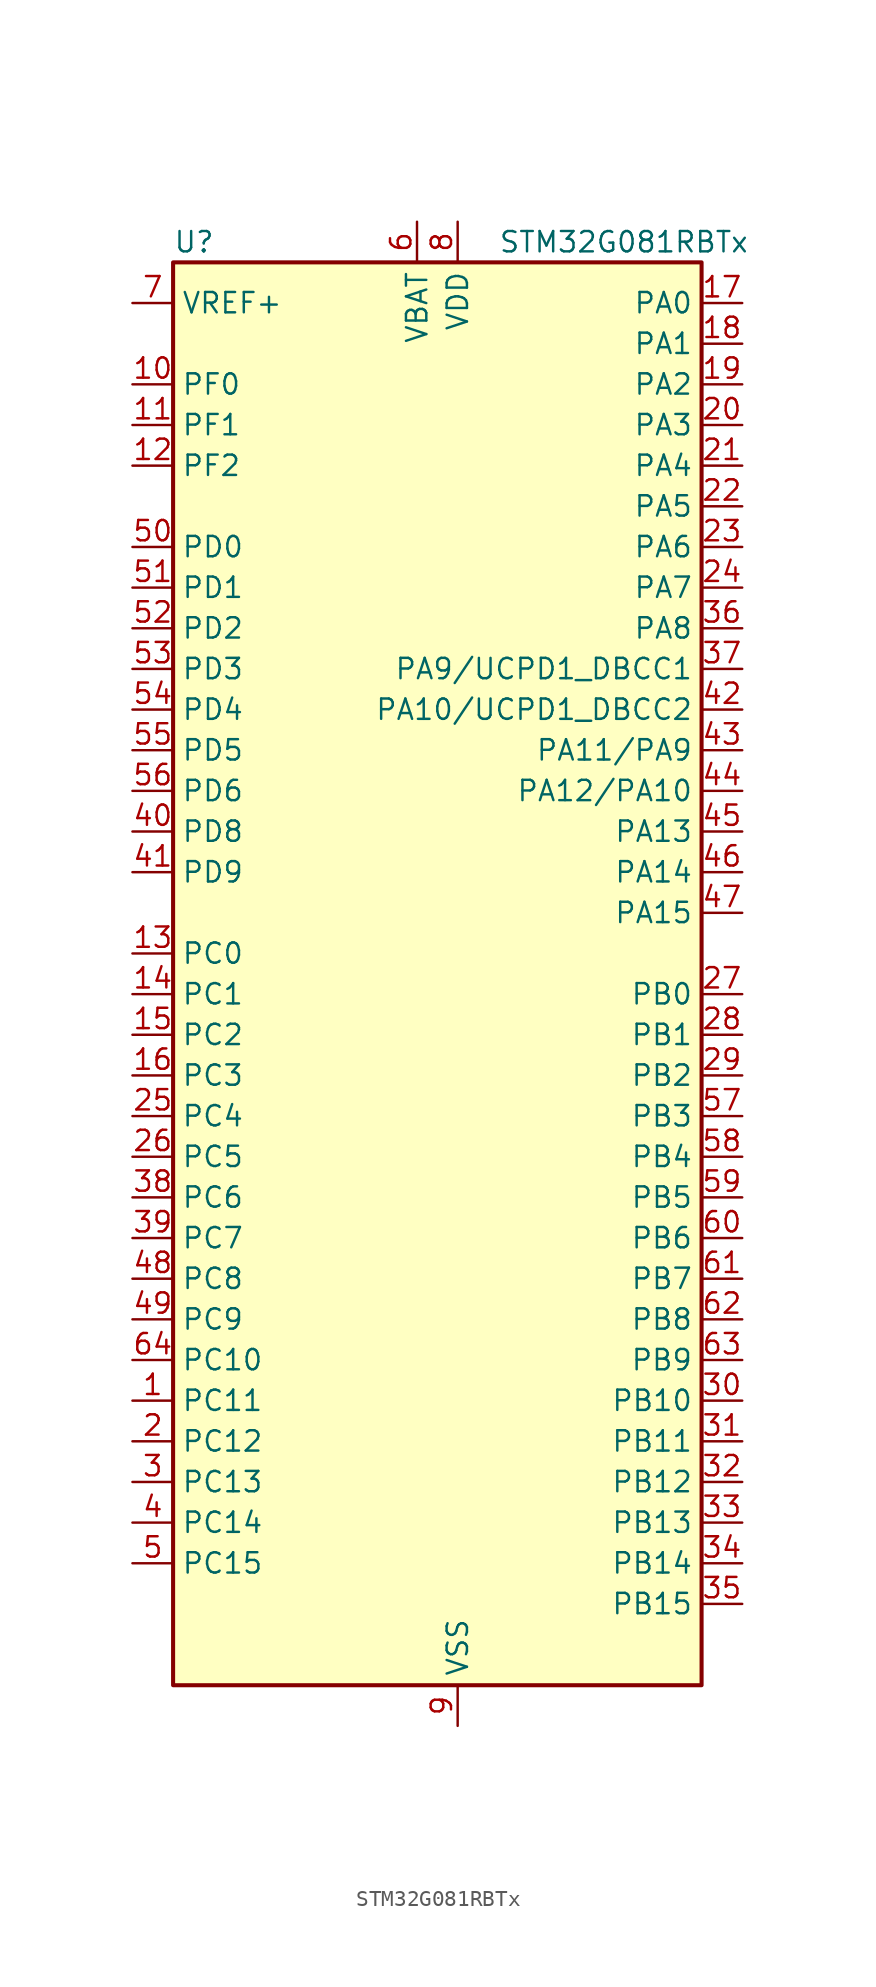
<source format=kicad_sym>
(kicad_symbol_lib
  (version 20211014)
  (generator kicad-library-utils)
  (symbol "STM32G081RBTx"
    (property "Reference" "U"
      (at -15.24 46.99 0)
      (effects (font (size 1.27 1.27)) (justify left)))
    (property "Value" "STM32G081RBTx"
      (at 5.08 46.99 0)
      (effects (font (size 1.27 1.27)) (justify left)))
    (property "ki_fp_filters" "LQFP*10x10mm*P0.5mm*"
      (at 0.0 0.0 0.0)
      (effects (font (size 1.27 1.27))))
    (symbol "STM32G081RBTx_0_1"
      (rectangle (start -15.24 -43.18) (end 17.78 45.72) (stroke (width 0.254)) (fill (type background))))
    (symbol "STM32G081RBTx_1_1"
      (pin input line (at -17.78 43.18 0) (length 2.54) (name "VREF+" (effects (font (size 1.27 1.27)))) (number "7" (effects (font (size 1.27 1.27)))) (alternate "VREFBUF_OUT" bidirectional line))
      (pin bidirectional line (at -17.78 38.1 0) (length 2.54) (name "PF0" (effects (font (size 1.27 1.27)))) (number "10" (effects (font (size 1.27 1.27)))) (alternate "RCC_OSC_IN" bidirectional line) (alternate "TIM14_CH1" bidirectional line))
      (pin bidirectional line (at -17.78 35.56 0) (length 2.54) (name "PF1" (effects (font (size 1.27 1.27)))) (number "11" (effects (font (size 1.27 1.27)))) (alternate "RCC_OSC_EN" bidirectional line) (alternate "RCC_OSC_OUT" bidirectional line) (alternate "TIM15_CH1N" bidirectional line))
      (pin bidirectional line (at -17.78 33.02 0) (length 2.54) (name "PF2" (effects (font (size 1.27 1.27)))) (number "12" (effects (font (size 1.27 1.27)))) (alternate "RCC_MCO" bidirectional line))
      (pin bidirectional line (at -17.78 27.94 0) (length 2.54) (name "PD0" (effects (font (size 1.27 1.27)))) (number "50" (effects (font (size 1.27 1.27)))) (alternate "SPI2_NSS" bidirectional line) (alternate "TIM16_CH1" bidirectional line) (alternate "UCPD2_CC1" bidirectional line))
      (pin bidirectional line (at -17.78 25.4 0) (length 2.54) (name "PD1" (effects (font (size 1.27 1.27)))) (number "51" (effects (font (size 1.27 1.27)))) (alternate "SPI2_SCK" bidirectional line) (alternate "TIM17_CH1" bidirectional line) (alternate "UCPD2_DBCC1" bidirectional line))
      (pin bidirectional line (at -17.78 22.86 0) (length 2.54) (name "PD2" (effects (font (size 1.27 1.27)))) (number "52" (effects (font (size 1.27 1.27)))) (alternate "TIM1_CH1N" bidirectional line) (alternate "TIM3_ETR" bidirectional line) (alternate "UCPD2_CC2" bidirectional line) (alternate "USART3_CK" bidirectional line) (alternate "USART3_DE" bidirectional line) (alternate "USART3_RTS" bidirectional line))
      (pin bidirectional line (at -17.78 20.32 0) (length 2.54) (name "PD3" (effects (font (size 1.27 1.27)))) (number "53" (effects (font (size 1.27 1.27)))) (alternate "SPI2_MISO" bidirectional line) (alternate "TIM1_CH2N" bidirectional line) (alternate "UCPD2_DBCC2" bidirectional line) (alternate "USART2_CTS" bidirectional line) (alternate "USART2_NSS" bidirectional line))
      (pin bidirectional line (at -17.78 17.78 0) (length 2.54) (name "PD4" (effects (font (size 1.27 1.27)))) (number "54" (effects (font (size 1.27 1.27)))) (alternate "SPI2_MOSI" bidirectional line) (alternate "TIM1_CH3N" bidirectional line) (alternate "USART2_CK" bidirectional line) (alternate "USART2_DE" bidirectional line) (alternate "USART2_RTS" bidirectional line))
      (pin bidirectional line (at -17.78 15.24 0) (length 2.54) (name "PD5" (effects (font (size 1.27 1.27)))) (number "55" (effects (font (size 1.27 1.27)))) (alternate "I2S1_MCK" bidirectional line) (alternate "SPI1_MISO" bidirectional line) (alternate "TIM1_BK" bidirectional line) (alternate "USART2_TX" bidirectional line))
      (pin bidirectional line (at -17.78 12.7 0) (length 2.54) (name "PD6" (effects (font (size 1.27 1.27)))) (number "56" (effects (font (size 1.27 1.27)))) (alternate "I2S1_SD" bidirectional line) (alternate "LPTIM2_OUT" bidirectional line) (alternate "SPI1_MOSI" bidirectional line) (alternate "USART2_RX" bidirectional line))
      (pin bidirectional line (at -17.78 10.16 0) (length 2.54) (name "PD8" (effects (font (size 1.27 1.27)))) (number "40" (effects (font (size 1.27 1.27)))) (alternate "I2S1_CK" bidirectional line) (alternate "LPTIM1_OUT" bidirectional line) (alternate "SPI1_SCK" bidirectional line) (alternate "USART3_TX" bidirectional line))
      (pin bidirectional line (at -17.78 7.62 0) (length 2.54) (name "PD9" (effects (font (size 1.27 1.27)))) (number "41" (effects (font (size 1.27 1.27)))) (alternate "DAC1_EXTI9" bidirectional line) (alternate "I2S1_WS" bidirectional line) (alternate "SPI1_NSS" bidirectional line) (alternate "TIM1_BK2" bidirectional line) (alternate "USART3_RX" bidirectional line))
      (pin bidirectional line (at -17.78 2.54 0) (length 2.54) (name "PC0" (effects (font (size 1.27 1.27)))) (number "13" (effects (font (size 1.27 1.27)))) (alternate "LPTIM1_IN1" bidirectional line) (alternate "LPTIM2_IN1" bidirectional line) (alternate "LPUART1_RX" bidirectional line))
      (pin bidirectional line (at -17.78 0.0 0) (length 2.54) (name "PC1" (effects (font (size 1.27 1.27)))) (number "14" (effects (font (size 1.27 1.27)))) (alternate "LPTIM1_OUT" bidirectional line) (alternate "LPUART1_TX" bidirectional line) (alternate "TIM15_CH1" bidirectional line))
      (pin bidirectional line (at -17.78 -2.54 0) (length 2.54) (name "PC2" (effects (font (size 1.27 1.27)))) (number "15" (effects (font (size 1.27 1.27)))) (alternate "LPTIM1_IN2" bidirectional line) (alternate "SPI2_MISO" bidirectional line) (alternate "TIM15_CH2" bidirectional line))
      (pin bidirectional line (at -17.78 -5.08 0) (length 2.54) (name "PC3" (effects (font (size 1.27 1.27)))) (number "16" (effects (font (size 1.27 1.27)))) (alternate "LPTIM1_ETR" bidirectional line) (alternate "LPTIM2_ETR" bidirectional line) (alternate "SPI2_MOSI" bidirectional line))
      (pin bidirectional line (at -17.78 -7.62 0) (length 2.54) (name "PC4" (effects (font (size 1.27 1.27)))) (number "25" (effects (font (size 1.27 1.27)))) (alternate "ADC1_IN17" bidirectional line) (alternate "COMP1_INM" bidirectional line) (alternate "TIM2_CH1" bidirectional line) (alternate "TIM2_ETR" bidirectional line) (alternate "USART1_TX" bidirectional line) (alternate "USART3_TX" bidirectional line))
      (pin bidirectional line (at -17.78 -10.16 0) (length 2.54) (name "PC5" (effects (font (size 1.27 1.27)))) (number "26" (effects (font (size 1.27 1.27)))) (alternate "ADC1_IN18" bidirectional line) (alternate "COMP1_INP" bidirectional line) (alternate "SYS_WKUP5" bidirectional line) (alternate "TIM2_CH2" bidirectional line) (alternate "USART1_RX" bidirectional line) (alternate "USART3_RX" bidirectional line))
      (pin bidirectional line (at -17.78 -12.7 0) (length 2.54) (name "PC6" (effects (font (size 1.27 1.27)))) (number "38" (effects (font (size 1.27 1.27)))) (alternate "TIM2_CH3" bidirectional line) (alternate "TIM3_CH1" bidirectional line) (alternate "UCPD1_FRSTX1" bidirectional line) (alternate "UCPD1_FRSTX2" bidirectional line))
      (pin bidirectional line (at -17.78 -15.24 0) (length 2.54) (name "PC7" (effects (font (size 1.27 1.27)))) (number "39" (effects (font (size 1.27 1.27)))) (alternate "TIM2_CH4" bidirectional line) (alternate "TIM3_CH2" bidirectional line) (alternate "UCPD2_FRSTX1" bidirectional line) (alternate "UCPD2_FRSTX2" bidirectional line))
      (pin bidirectional line (at -17.78 -17.78 0) (length 2.54) (name "PC8" (effects (font (size 1.27 1.27)))) (number "48" (effects (font (size 1.27 1.27)))) (alternate "TIM1_CH1" bidirectional line) (alternate "TIM3_CH3" bidirectional line) (alternate "UCPD2_FRSTX1" bidirectional line) (alternate "UCPD2_FRSTX2" bidirectional line))
      (pin bidirectional line (at -17.78 -20.32 0) (length 2.54) (name "PC9" (effects (font (size 1.27 1.27)))) (number "49" (effects (font (size 1.27 1.27)))) (alternate "DAC1_EXTI9" bidirectional line) (alternate "I2S_CKIN" bidirectional line) (alternate "TIM1_CH2" bidirectional line) (alternate "TIM3_CH4" bidirectional line))
      (pin bidirectional line (at -17.78 -22.86 0) (length 2.54) (name "PC10" (effects (font (size 1.27 1.27)))) (number "64" (effects (font (size 1.27 1.27)))) (alternate "TIM1_CH3" bidirectional line) (alternate "USART3_TX" bidirectional line) (alternate "USART4_TX" bidirectional line))
      (pin bidirectional line (at -17.78 -25.4 0) (length 2.54) (name "PC11" (effects (font (size 1.27 1.27)))) (number "1" (effects (font (size 1.27 1.27)))) (alternate "ADC1_EXTI11" bidirectional line) (alternate "TIM1_CH4" bidirectional line) (alternate "USART3_RX" bidirectional line) (alternate "USART4_RX" bidirectional line))
      (pin bidirectional line (at -17.78 -27.94 0) (length 2.54) (name "PC12" (effects (font (size 1.27 1.27)))) (number "2" (effects (font (size 1.27 1.27)))) (alternate "LPTIM1_IN1" bidirectional line) (alternate "TIM14_CH1" bidirectional line) (alternate "UCPD1_FRSTX1" bidirectional line) (alternate "UCPD1_FRSTX2" bidirectional line))
      (pin bidirectional line (at -17.78 -30.48 0) (length 2.54) (name "PC13" (effects (font (size 1.27 1.27)))) (number "3" (effects (font (size 1.27 1.27)))) (alternate "RTC_OUT_ALARM" bidirectional line) (alternate "RTC_OUT_CALIB" bidirectional line) (alternate "RTC_TAMP_IN1" bidirectional line) (alternate "RTC_TS" bidirectional line) (alternate "SYS_WKUP2" bidirectional line) (alternate "TIM1_BK" bidirectional line))
      (pin bidirectional line (at -17.78 -33.02 0) (length 2.54) (name "PC14" (effects (font (size 1.27 1.27)))) (number "4" (effects (font (size 1.27 1.27)))) (alternate "RCC_OSC32_IN" bidirectional line) (alternate "TIM1_BK2" bidirectional line))
      (pin bidirectional line (at -17.78 -35.56 0) (length 2.54) (name "PC15" (effects (font (size 1.27 1.27)))) (number "5" (effects (font (size 1.27 1.27)))) (alternate "RCC_OSC32_EN" bidirectional line) (alternate "RCC_OSC32_OUT" bidirectional line) (alternate "RCC_OSC_EN" bidirectional line) (alternate "TIM15_BK" bidirectional line))
      (pin bidirectional line (at 20.32 43.18 180) (length 2.54) (name "PA0" (effects (font (size 1.27 1.27)))) (number "17" (effects (font (size 1.27 1.27)))) (alternate "ADC1_IN0" bidirectional line) (alternate "COMP1_INM" bidirectional line) (alternate "COMP1_OUT" bidirectional line) (alternate "LPTIM1_OUT" bidirectional line) (alternate "RTC_TAMP_IN2" bidirectional line) (alternate "SPI2_SCK" bidirectional line) (alternate "SYS_WKUP1" bidirectional line) (alternate "TIM2_CH1" bidirectional line) (alternate "TIM2_ETR" bidirectional line) (alternate "UCPD2_FRSTX1" bidirectional line) (alternate "UCPD2_FRSTX2" bidirectional line) (alternate "USART2_CTS" bidirectional line) (alternate "USART2_NSS" bidirectional line) (alternate "USART4_TX" bidirectional line))
      (pin bidirectional line (at 20.32 40.64 180) (length 2.54) (name "PA1" (effects (font (size 1.27 1.27)))) (number "18" (effects (font (size 1.27 1.27)))) (alternate "ADC1_IN1" bidirectional line) (alternate "COMP1_INP" bidirectional line) (alternate "I2C1_SMBA" bidirectional line) (alternate "I2S1_CK" bidirectional line) (alternate "SPI1_SCK" bidirectional line) (alternate "TIM15_CH1N" bidirectional line) (alternate "TIM2_CH2" bidirectional line) (alternate "USART2_CK" bidirectional line) (alternate "USART2_DE" bidirectional line) (alternate "USART2_RTS" bidirectional line) (alternate "USART4_RX" bidirectional line))
      (pin bidirectional line (at 20.32 38.1 180) (length 2.54) (name "PA2" (effects (font (size 1.27 1.27)))) (number "19" (effects (font (size 1.27 1.27)))) (alternate "ADC1_IN2" bidirectional line) (alternate "COMP2_INM" bidirectional line) (alternate "COMP2_OUT" bidirectional line) (alternate "I2S1_SD" bidirectional line) (alternate "LPUART1_TX" bidirectional line) (alternate "RCC_LSCO" bidirectional line) (alternate "SPI1_MOSI" bidirectional line) (alternate "SYS_WKUP4" bidirectional line) (alternate "TIM15_CH1" bidirectional line) (alternate "TIM2_CH3" bidirectional line) (alternate "UCPD1_FRSTX1" bidirectional line) (alternate "UCPD1_FRSTX2" bidirectional line) (alternate "USART2_TX" bidirectional line))
      (pin bidirectional line (at 20.32 35.56 180) (length 2.54) (name "PA3" (effects (font (size 1.27 1.27)))) (number "20" (effects (font (size 1.27 1.27)))) (alternate "ADC1_IN3" bidirectional line) (alternate "COMP2_INP" bidirectional line) (alternate "LPUART1_RX" bidirectional line) (alternate "SPI2_MISO" bidirectional line) (alternate "TIM15_CH2" bidirectional line) (alternate "TIM2_CH4" bidirectional line) (alternate "UCPD2_FRSTX1" bidirectional line) (alternate "UCPD2_FRSTX2" bidirectional line) (alternate "USART2_RX" bidirectional line))
      (pin bidirectional line (at 20.32 33.02 180) (length 2.54) (name "PA4" (effects (font (size 1.27 1.27)))) (number "21" (effects (font (size 1.27 1.27)))) (alternate "ADC1_IN4" bidirectional line) (alternate "DAC1_OUT1" bidirectional line) (alternate "I2S1_WS" bidirectional line) (alternate "LPTIM2_OUT" bidirectional line) (alternate "RTC_OUT_ALARM" bidirectional line) (alternate "RTC_OUT_CALIB" bidirectional line) (alternate "SPI1_NSS" bidirectional line) (alternate "SPI2_MOSI" bidirectional line) (alternate "TIM14_CH1" bidirectional line) (alternate "UCPD2_FRSTX1" bidirectional line) (alternate "UCPD2_FRSTX2" bidirectional line))
      (pin bidirectional line (at 20.32 30.48 180) (length 2.54) (name "PA5" (effects (font (size 1.27 1.27)))) (number "22" (effects (font (size 1.27 1.27)))) (alternate "ADC1_IN5" bidirectional line) (alternate "CEC" bidirectional line) (alternate "DAC1_OUT2" bidirectional line) (alternate "I2S1_CK" bidirectional line) (alternate "LPTIM2_ETR" bidirectional line) (alternate "SPI1_SCK" bidirectional line) (alternate "TIM2_CH1" bidirectional line) (alternate "TIM2_ETR" bidirectional line) (alternate "UCPD1_FRSTX1" bidirectional line) (alternate "UCPD1_FRSTX2" bidirectional line) (alternate "USART3_TX" bidirectional line))
      (pin bidirectional line (at 20.32 27.94 180) (length 2.54) (name "PA6" (effects (font (size 1.27 1.27)))) (number "23" (effects (font (size 1.27 1.27)))) (alternate "ADC1_IN6" bidirectional line) (alternate "COMP1_OUT" bidirectional line) (alternate "I2S1_MCK" bidirectional line) (alternate "LPUART1_CTS" bidirectional line) (alternate "SPI1_MISO" bidirectional line) (alternate "TIM16_CH1" bidirectional line) (alternate "TIM1_BK" bidirectional line) (alternate "TIM3_CH1" bidirectional line) (alternate "USART3_CTS" bidirectional line) (alternate "USART3_NSS" bidirectional line))
      (pin bidirectional line (at 20.32 25.4 180) (length 2.54) (name "PA7" (effects (font (size 1.27 1.27)))) (number "24" (effects (font (size 1.27 1.27)))) (alternate "ADC1_IN7" bidirectional line) (alternate "COMP2_OUT" bidirectional line) (alternate "I2S1_SD" bidirectional line) (alternate "SPI1_MOSI" bidirectional line) (alternate "TIM14_CH1" bidirectional line) (alternate "TIM17_CH1" bidirectional line) (alternate "TIM1_CH1N" bidirectional line) (alternate "TIM3_CH2" bidirectional line) (alternate "UCPD1_FRSTX1" bidirectional line) (alternate "UCPD1_FRSTX2" bidirectional line))
      (pin bidirectional line (at 20.32 22.86 180) (length 2.54) (name "PA8" (effects (font (size 1.27 1.27)))) (number "36" (effects (font (size 1.27 1.27)))) (alternate "LPTIM2_OUT" bidirectional line) (alternate "RCC_MCO" bidirectional line) (alternate "SPI2_NSS" bidirectional line) (alternate "TIM1_CH1" bidirectional line) (alternate "UCPD1_CC1" bidirectional line))
      (pin bidirectional line (at 20.32 20.32 180) (length 2.54) (name "PA9/UCPD1_DBCC1" (effects (font (size 1.27 1.27)))) (number "37" (effects (font (size 1.27 1.27)))) (alternate "DAC1_EXTI9" bidirectional line) (alternate "I2C1_SCL" bidirectional line) (alternate "RCC_MCO" bidirectional line) (alternate "SPI2_MISO" bidirectional line) (alternate "TIM15_BK" bidirectional line) (alternate "TIM1_CH2" bidirectional line) (alternate "UCPD1_DBCC1" bidirectional line) (alternate "USART1_TX" bidirectional line))
      (pin bidirectional line (at 20.32 17.78 180) (length 2.54) (name "PA10/UCPD1_DBCC2" (effects (font (size 1.27 1.27)))) (number "42" (effects (font (size 1.27 1.27)))) (alternate "I2C1_SDA" bidirectional line) (alternate "SPI2_MOSI" bidirectional line) (alternate "TIM17_BK" bidirectional line) (alternate "TIM1_CH3" bidirectional line) (alternate "UCPD1_DBCC2" bidirectional line) (alternate "USART1_RX" bidirectional line))
      (pin bidirectional line (at 20.32 15.24 180) (length 2.54) (name "PA11/PA9" (effects (font (size 1.27 1.27)))) (number "43" (effects (font (size 1.27 1.27)))) (alternate "ADC1_EXTI11" bidirectional line) (alternate "COMP1_OUT" bidirectional line) (alternate "I2C2_SCL" bidirectional line) (alternate "I2S1_MCK" bidirectional line) (alternate "SPI1_MISO" bidirectional line) (alternate "TIM1_BK2" bidirectional line) (alternate "TIM1_CH4" bidirectional line) (alternate "USART1_CTS" bidirectional line) (alternate "USART1_NSS" bidirectional line))
      (pin bidirectional line (at 20.32 12.7 180) (length 2.54) (name "PA12/PA10" (effects (font (size 1.27 1.27)))) (number "44" (effects (font (size 1.27 1.27)))) (alternate "COMP2_OUT" bidirectional line) (alternate "I2C2_SDA" bidirectional line) (alternate "I2S1_SD" bidirectional line) (alternate "I2S_CKIN" bidirectional line) (alternate "SPI1_MOSI" bidirectional line) (alternate "TIM1_ETR" bidirectional line) (alternate "USART1_CK" bidirectional line) (alternate "USART1_DE" bidirectional line) (alternate "USART1_RTS" bidirectional line))
      (pin bidirectional line (at 20.32 10.16 180) (length 2.54) (name "PA13" (effects (font (size 1.27 1.27)))) (number "45" (effects (font (size 1.27 1.27)))) (alternate "IR_OUT" bidirectional line) (alternate "SYS_SWDIO" bidirectional line))
      (pin bidirectional line (at 20.32 7.62 180) (length 2.54) (name "PA14" (effects (font (size 1.27 1.27)))) (number "46" (effects (font (size 1.27 1.27)))) (alternate "SYS_SWCLK" bidirectional line) (alternate "USART2_TX" bidirectional line))
      (pin bidirectional line (at 20.32 5.08 180) (length 2.54) (name "PA15" (effects (font (size 1.27 1.27)))) (number "47" (effects (font (size 1.27 1.27)))) (alternate "I2S1_WS" bidirectional line) (alternate "SPI1_NSS" bidirectional line) (alternate "TIM2_CH1" bidirectional line) (alternate "TIM2_ETR" bidirectional line) (alternate "USART2_RX" bidirectional line) (alternate "USART3_CK" bidirectional line) (alternate "USART3_DE" bidirectional line) (alternate "USART3_RTS" bidirectional line) (alternate "USART4_CK" bidirectional line) (alternate "USART4_DE" bidirectional line) (alternate "USART4_RTS" bidirectional line))
      (pin bidirectional line (at 20.32 0.0 180) (length 2.54) (name "PB0" (effects (font (size 1.27 1.27)))) (number "27" (effects (font (size 1.27 1.27)))) (alternate "ADC1_IN8" bidirectional line) (alternate "COMP1_OUT" bidirectional line) (alternate "I2S1_WS" bidirectional line) (alternate "LPTIM1_OUT" bidirectional line) (alternate "SPI1_NSS" bidirectional line) (alternate "TIM1_CH2N" bidirectional line) (alternate "TIM3_CH3" bidirectional line) (alternate "UCPD1_FRSTX1" bidirectional line) (alternate "UCPD1_FRSTX2" bidirectional line) (alternate "USART3_RX" bidirectional line))
      (pin bidirectional line (at 20.32 -2.54 180) (length 2.54) (name "PB1" (effects (font (size 1.27 1.27)))) (number "28" (effects (font (size 1.27 1.27)))) (alternate "ADC1_IN9" bidirectional line) (alternate "COMP1_INM" bidirectional line) (alternate "LPTIM2_IN1" bidirectional line) (alternate "LPUART1_DE" bidirectional line) (alternate "LPUART1_RTS" bidirectional line) (alternate "TIM14_CH1" bidirectional line) (alternate "TIM1_CH3N" bidirectional line) (alternate "TIM3_CH4" bidirectional line) (alternate "USART3_CK" bidirectional line) (alternate "USART3_DE" bidirectional line) (alternate "USART3_RTS" bidirectional line))
      (pin bidirectional line (at 20.32 -5.08 180) (length 2.54) (name "PB2" (effects (font (size 1.27 1.27)))) (number "29" (effects (font (size 1.27 1.27)))) (alternate "ADC1_IN10" bidirectional line) (alternate "COMP1_INP" bidirectional line) (alternate "LPTIM1_OUT" bidirectional line) (alternate "SPI2_MISO" bidirectional line) (alternate "USART3_TX" bidirectional line))
      (pin bidirectional line (at 20.32 -7.62 180) (length 2.54) (name "PB3" (effects (font (size 1.27 1.27)))) (number "57" (effects (font (size 1.27 1.27)))) (alternate "COMP2_INM" bidirectional line) (alternate "I2S1_CK" bidirectional line) (alternate "SPI1_SCK" bidirectional line) (alternate "TIM1_CH2" bidirectional line) (alternate "TIM2_CH2" bidirectional line) (alternate "USART1_CK" bidirectional line) (alternate "USART1_DE" bidirectional line) (alternate "USART1_RTS" bidirectional line))
      (pin bidirectional line (at 20.32 -10.16 180) (length 2.54) (name "PB4" (effects (font (size 1.27 1.27)))) (number "58" (effects (font (size 1.27 1.27)))) (alternate "COMP2_INP" bidirectional line) (alternate "I2S1_MCK" bidirectional line) (alternate "SPI1_MISO" bidirectional line) (alternate "TIM17_BK" bidirectional line) (alternate "TIM3_CH1" bidirectional line) (alternate "USART1_CTS" bidirectional line) (alternate "USART1_NSS" bidirectional line))
      (pin bidirectional line (at 20.32 -12.7 180) (length 2.54) (name "PB5" (effects (font (size 1.27 1.27)))) (number "59" (effects (font (size 1.27 1.27)))) (alternate "COMP2_OUT" bidirectional line) (alternate "I2C1_SMBA" bidirectional line) (alternate "I2S1_SD" bidirectional line) (alternate "LPTIM1_IN1" bidirectional line) (alternate "SPI1_MOSI" bidirectional line) (alternate "SYS_WKUP6" bidirectional line) (alternate "TIM16_BK" bidirectional line) (alternate "TIM3_CH2" bidirectional line))
      (pin bidirectional line (at 20.32 -15.24 180) (length 2.54) (name "PB6" (effects (font (size 1.27 1.27)))) (number "60" (effects (font (size 1.27 1.27)))) (alternate "COMP2_INP" bidirectional line) (alternate "I2C1_SCL" bidirectional line) (alternate "LPTIM1_ETR" bidirectional line) (alternate "SPI2_MISO" bidirectional line) (alternate "TIM16_CH1N" bidirectional line) (alternate "TIM1_CH3" bidirectional line) (alternate "USART1_TX" bidirectional line))
      (pin bidirectional line (at 20.32 -17.78 180) (length 2.54) (name "PB7" (effects (font (size 1.27 1.27)))) (number "61" (effects (font (size 1.27 1.27)))) (alternate "COMP2_INM" bidirectional line) (alternate "I2C1_SDA" bidirectional line) (alternate "LPTIM1_IN2" bidirectional line) (alternate "SPI2_MOSI" bidirectional line) (alternate "SYS_PVD_IN" bidirectional line) (alternate "TIM17_CH1N" bidirectional line) (alternate "USART1_RX" bidirectional line) (alternate "USART4_CTS" bidirectional line) (alternate "USART4_NSS" bidirectional line))
      (pin bidirectional line (at 20.32 -20.32 180) (length 2.54) (name "PB8" (effects (font (size 1.27 1.27)))) (number "62" (effects (font (size 1.27 1.27)))) (alternate "CEC" bidirectional line) (alternate "I2C1_SCL" bidirectional line) (alternate "SPI2_SCK" bidirectional line) (alternate "TIM15_BK" bidirectional line) (alternate "TIM16_CH1" bidirectional line) (alternate "USART3_TX" bidirectional line))
      (pin bidirectional line (at 20.32 -22.86 180) (length 2.54) (name "PB9" (effects (font (size 1.27 1.27)))) (number "63" (effects (font (size 1.27 1.27)))) (alternate "DAC1_EXTI9" bidirectional line) (alternate "I2C1_SDA" bidirectional line) (alternate "IR_OUT" bidirectional line) (alternate "SPI2_NSS" bidirectional line) (alternate "TIM17_CH1" bidirectional line) (alternate "UCPD2_FRSTX1" bidirectional line) (alternate "UCPD2_FRSTX2" bidirectional line) (alternate "USART3_RX" bidirectional line))
      (pin bidirectional line (at 20.32 -25.4 180) (length 2.54) (name "PB10" (effects (font (size 1.27 1.27)))) (number "30" (effects (font (size 1.27 1.27)))) (alternate "ADC1_IN11" bidirectional line) (alternate "CEC" bidirectional line) (alternate "COMP1_OUT" bidirectional line) (alternate "I2C2_SCL" bidirectional line) (alternate "LPUART1_RX" bidirectional line) (alternate "SPI2_SCK" bidirectional line) (alternate "TIM2_CH3" bidirectional line) (alternate "USART3_TX" bidirectional line))
      (pin bidirectional line (at 20.32 -27.94 180) (length 2.54) (name "PB11" (effects (font (size 1.27 1.27)))) (number "31" (effects (font (size 1.27 1.27)))) (alternate "ADC1_EXTI11" bidirectional line) (alternate "ADC1_IN15" bidirectional line) (alternate "COMP2_OUT" bidirectional line) (alternate "I2C2_SDA" bidirectional line) (alternate "LPUART1_TX" bidirectional line) (alternate "SPI2_MOSI" bidirectional line) (alternate "TIM2_CH4" bidirectional line) (alternate "USART3_RX" bidirectional line))
      (pin bidirectional line (at 20.32 -30.48 180) (length 2.54) (name "PB12" (effects (font (size 1.27 1.27)))) (number "32" (effects (font (size 1.27 1.27)))) (alternate "ADC1_IN16" bidirectional line) (alternate "LPUART1_DE" bidirectional line) (alternate "LPUART1_RTS" bidirectional line) (alternate "SPI2_NSS" bidirectional line) (alternate "TIM15_BK" bidirectional line) (alternate "TIM1_BK" bidirectional line) (alternate "UCPD2_FRSTX1" bidirectional line) (alternate "UCPD2_FRSTX2" bidirectional line))
      (pin bidirectional line (at 20.32 -33.02 180) (length 2.54) (name "PB13" (effects (font (size 1.27 1.27)))) (number "33" (effects (font (size 1.27 1.27)))) (alternate "I2C2_SCL" bidirectional line) (alternate "LPUART1_CTS" bidirectional line) (alternate "SPI2_SCK" bidirectional line) (alternate "TIM15_CH1N" bidirectional line) (alternate "TIM1_CH1N" bidirectional line) (alternate "USART3_CTS" bidirectional line) (alternate "USART3_NSS" bidirectional line))
      (pin bidirectional line (at 20.32 -35.56 180) (length 2.54) (name "PB14" (effects (font (size 1.27 1.27)))) (number "34" (effects (font (size 1.27 1.27)))) (alternate "I2C2_SDA" bidirectional line) (alternate "SPI2_MISO" bidirectional line) (alternate "TIM15_CH1" bidirectional line) (alternate "TIM1_CH2N" bidirectional line) (alternate "UCPD1_FRSTX1" bidirectional line) (alternate "UCPD1_FRSTX2" bidirectional line) (alternate "USART3_CK" bidirectional line) (alternate "USART3_DE" bidirectional line) (alternate "USART3_RTS" bidirectional line))
      (pin bidirectional line (at 20.32 -38.1 180) (length 2.54) (name "PB15" (effects (font (size 1.27 1.27)))) (number "35" (effects (font (size 1.27 1.27)))) (alternate "RTC_REFIN" bidirectional line) (alternate "SPI2_MOSI" bidirectional line) (alternate "TIM15_CH1N" bidirectional line) (alternate "TIM15_CH2" bidirectional line) (alternate "TIM1_CH3N" bidirectional line) (alternate "UCPD1_CC2" bidirectional line))
      (pin power_in line (at 0.0 48.26 270) (length 2.54) (name "VBAT" (effects (font (size 1.27 1.27)))) (number "6" (effects (font (size 1.27 1.27)))))
      (pin power_in line (at 2.54 48.26 270) (length 2.54) (name "VDD" (effects (font (size 1.27 1.27)))) (number "8" (effects (font (size 1.27 1.27)))))
      (pin power_in line (at 2.54 -45.72 90) (length 2.54) (name "VSS" (effects (font (size 1.27 1.27)))) (number "9" (effects (font (size 1.27 1.27))))))))
</source>
